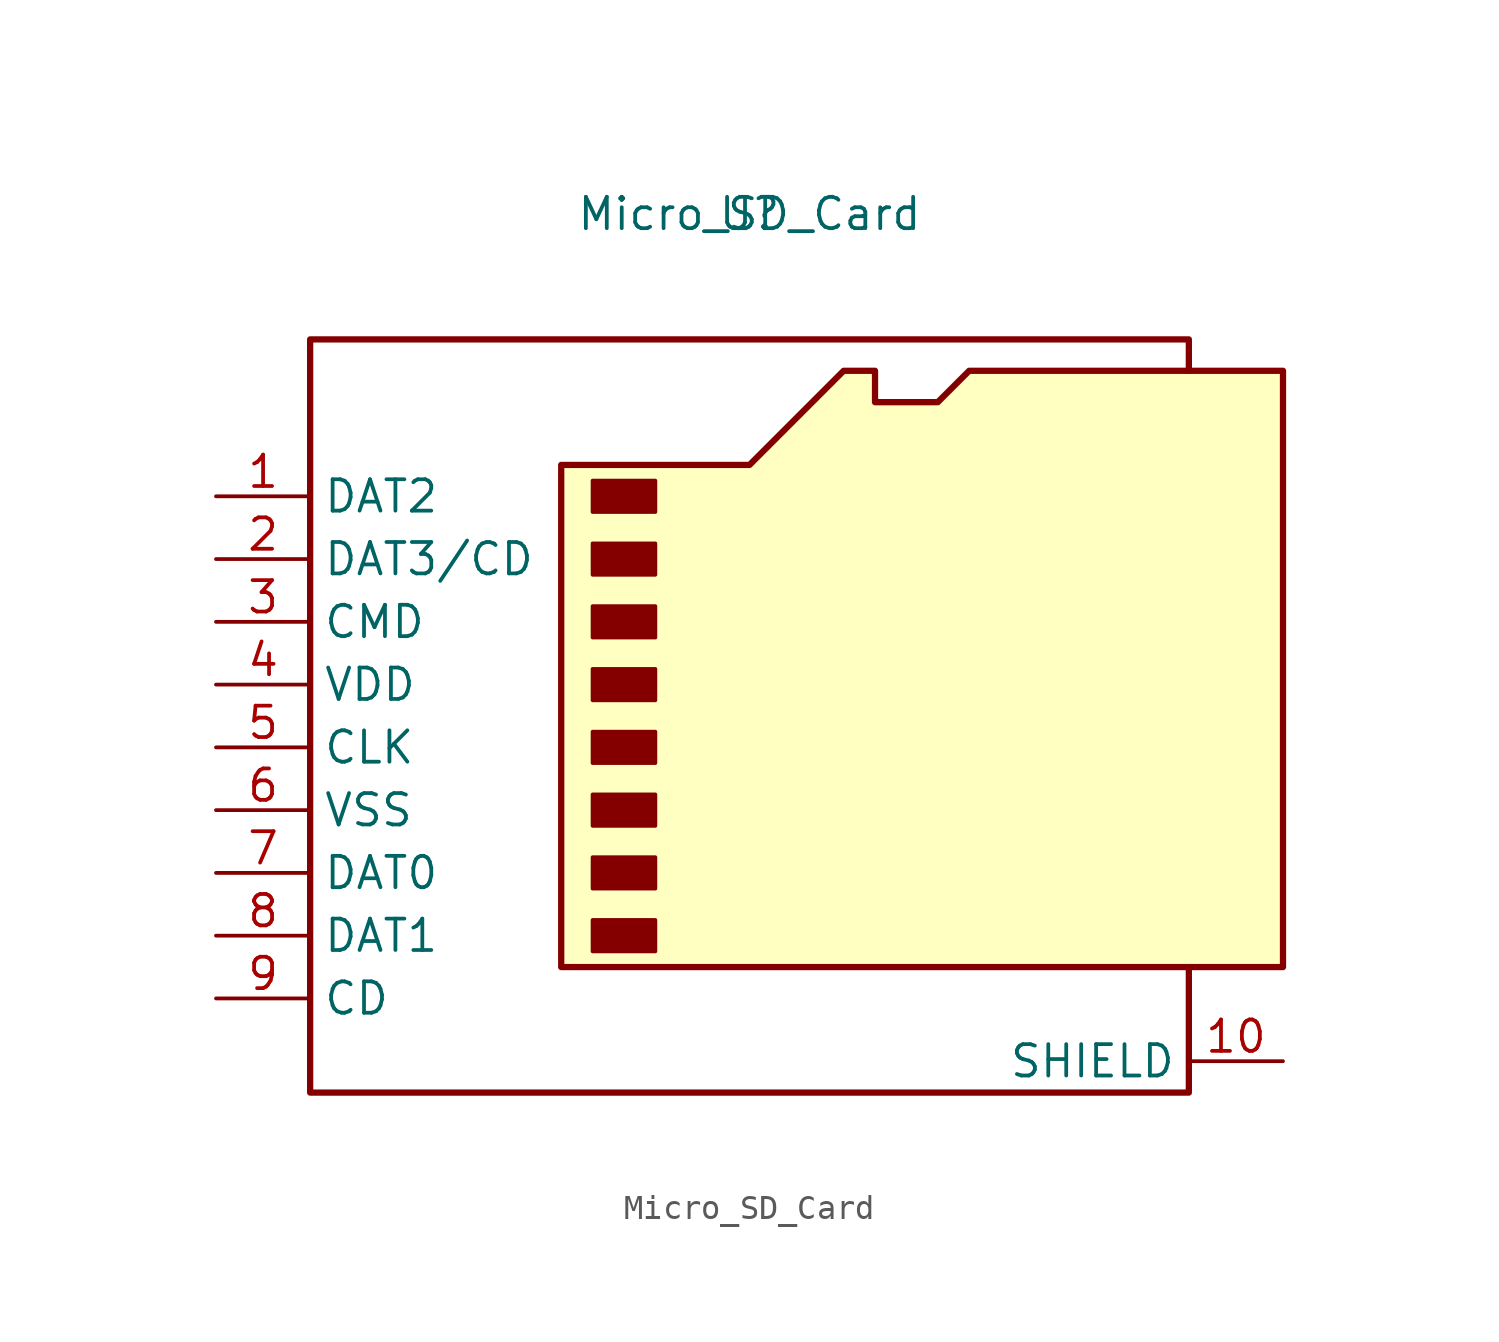
<source format=kicad_sym>
(kicad_symbol_lib
  (version 20210619)
  (generator kicad_symbol_editor)
  (symbol "uSD:Micro_SD_Card"
    (property "Reference" "U"
      (at -1.27 21.59 0)
      (effects (font (size 1.27 1.27))))
    (property "Value" "Micro_SD_Card"
      (at -1.27 21.59 0)
      (effects (font (size 1.27 1.27))))
    (symbol "Micro_SD_Card_0_1"
      (rectangle (start -7.62 -6.985) (end -5.08 -8.255) (stroke (width 0)) (fill (type outline)))
      (rectangle (start -7.62 -4.445) (end -5.08 -5.715) (stroke (width 0)) (fill (type outline)))
      (rectangle (start -7.62 -1.905) (end -5.08 -3.175) (stroke (width 0)) (fill (type outline)))
      (rectangle (start -7.62 0.635) (end -5.08 -0.635) (stroke (width 0)) (fill (type outline)))
      (rectangle (start -7.62 3.175) (end -5.08 1.905) (stroke (width 0)) (fill (type outline)))
      (rectangle (start -7.62 5.715) (end -5.08 4.445) (stroke (width 0)) (fill (type outline)))
      (rectangle (start -7.62 8.255) (end -5.08 6.985) (stroke (width 0)) (fill (type outline)))
      (rectangle (start -7.62 10.795) (end -5.08 9.525) (stroke (width 0)) (fill (type outline)))
      (polyline (pts (xy 16.51 15.24) (xy 16.51 16.51) (xy -19.05 16.51) (xy -19.05 -13.97) (xy 16.51 -13.97) (xy 16.51 -8.89)) (stroke (width 0.254)) (fill (type none)))
      (polyline (pts (xy -8.89 -8.89) (xy -8.89 11.43) (xy -1.27 11.43) (xy 2.54 15.24) (xy 3.81 15.24) (xy 3.81 13.97) (xy 6.35 13.97) (xy 7.62 15.24) (xy 20.32 15.24) (xy 20.32 -8.89) (xy -8.89 -8.89)) (stroke (width 0.254)) (fill (type background))))
    (symbol "Micro_SD_Card_1_1"
      (pin bidirectional line (at -22.86 10.16 0) (length 3.81) (name "DAT2" (effects (font (size 1.27 1.27)))) (number "1" (effects (font (size 1.27 1.27)))))
      (pin passive line (at 20.32 -12.7 180) (length 3.81) (name "SHIELD" (effects (font (size 1.27 1.27)))) (number "10" (effects (font (size 1.27 1.27)))))
      (pin bidirectional line (at -22.86 7.62 0) (length 3.81) (name "DAT3/CD" (effects (font (size 1.27 1.27)))) (number "2" (effects (font (size 1.27 1.27)))))
      (pin input line (at -22.86 5.08 0) (length 3.81) (name "CMD" (effects (font (size 1.27 1.27)))) (number "3" (effects (font (size 1.27 1.27)))))
      (pin power_in line (at -22.86 2.54 0) (length 3.81) (name "VDD" (effects (font (size 1.27 1.27)))) (number "4" (effects (font (size 1.27 1.27)))))
      (pin input line (at -22.86 0 0) (length 3.81) (name "CLK" (effects (font (size 1.27 1.27)))) (number "5" (effects (font (size 1.27 1.27)))))
      (pin power_in line (at -22.86 -2.54 0) (length 3.81) (name "VSS" (effects (font (size 1.27 1.27)))) (number "6" (effects (font (size 1.27 1.27)))))
      (pin bidirectional line (at -22.86 -5.08 0) (length 3.81) (name "DAT0" (effects (font (size 1.27 1.27)))) (number "7" (effects (font (size 1.27 1.27)))))
      (pin bidirectional line (at -22.86 -7.62 0) (length 3.81) (name "DAT1" (effects (font (size 1.27 1.27)))) (number "8" (effects (font (size 1.27 1.27)))))
      (pin passive line (at -22.86 -10.16 0) (length 3.81) (name "CD" (effects (font (size 1.27 1.27)))) (number "9" (effects (font (size 1.27 1.27))))))))
</source>
